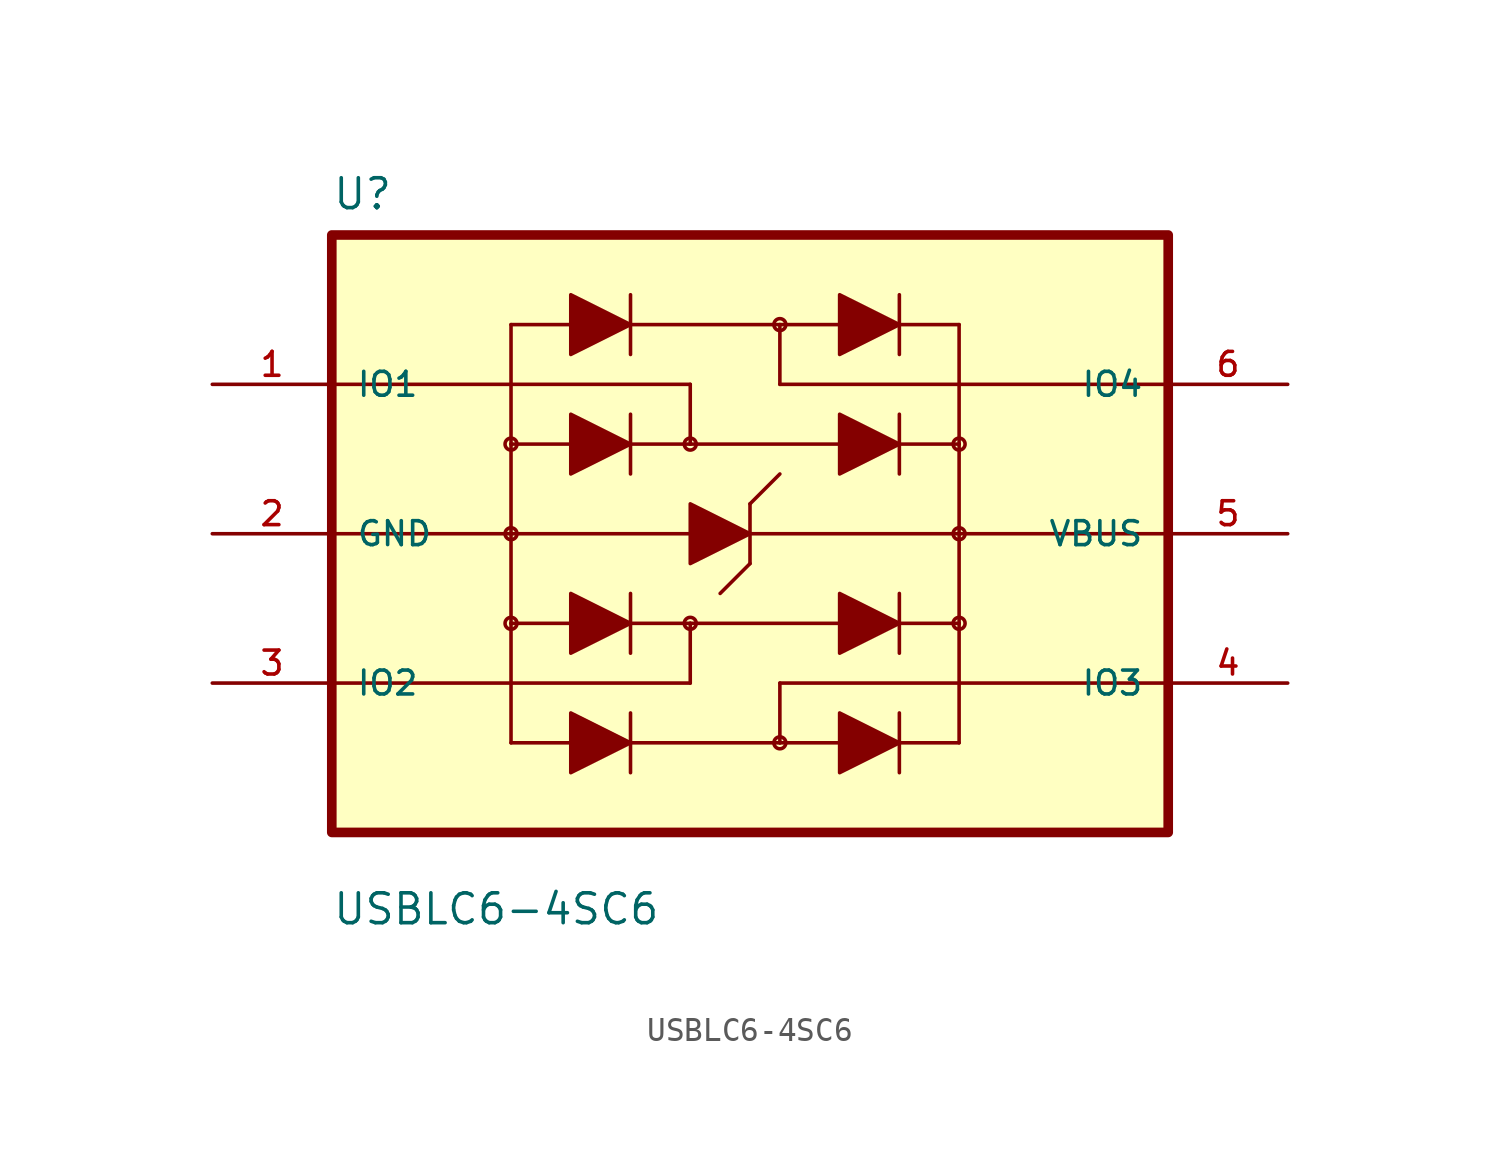
<source format=kicad_sym>
(kicad_symbol_lib
  (version 20211014)
  (generator kicad_symbol_editor)
  (symbol "USBLC6-4SC6"
    (pin_names
      (offset 1.016))
    (property "Reference" "U"
      (at -17.78 13.7 0.0)
      (effects (font (size 1.27 1.27)) (justify bottom left)))
    (property "Value" "USBLC6-4SC6"
      (at -17.78 -16.7 0.0)
      (effects (font (size 1.27 1.27)) (justify bottom left)))
    (symbol "USBLC6-4SC6_0_0"
      (polyline (pts (xy -7.62 10.16) (xy -7.62 7.62) (xy -5.08 8.89) (xy -7.62 10.16)) (stroke (width 0.152)) (fill (type outline)))
      (polyline (pts (xy -5.08 10.16) (xy -5.08 8.89)) (stroke (width 0.152)))
      (polyline (pts (xy 3.81 10.16) (xy 3.81 7.62) (xy 6.35 8.89) (xy 3.81 10.16)) (stroke (width 0.152)) (fill (type outline)))
      (polyline (pts (xy -5.08 8.89) (xy -5.08 7.62)) (stroke (width 0.152)))
      (polyline (pts (xy 6.35 10.16) (xy 6.35 8.89)) (stroke (width 0.152)))
      (polyline (pts (xy -7.62 5.08) (xy -7.62 2.54) (xy -5.08 3.81) (xy -7.62 5.08)) (stroke (width 0.152)) (fill (type outline)))
      (polyline (pts (xy 6.35 8.89) (xy 6.35 7.62)) (stroke (width 0.152)))
      (polyline (pts (xy -5.08 5.08) (xy -5.08 3.81)) (stroke (width 0.152)))
      (polyline (pts (xy 3.81 5.08) (xy 3.81 2.54) (xy 6.35 3.81) (xy 3.81 5.08)) (stroke (width 0.152)) (fill (type outline)))
      (polyline (pts (xy -5.08 3.81) (xy -5.08 2.54)) (stroke (width 0.152)))
      (polyline (pts (xy 6.35 5.08) (xy 6.35 3.81)) (stroke (width 0.152)))
      (polyline (pts (xy -7.62 -2.54) (xy -7.62 -5.08) (xy -5.08 -3.81) (xy -7.62 -2.54)) (stroke (width 0.152)) (fill (type outline)))
      (polyline (pts (xy 6.35 3.81) (xy 6.35 2.54)) (stroke (width 0.152)))
      (polyline (pts (xy -5.08 -2.54) (xy -5.08 -3.81)) (stroke (width 0.152)))
      (polyline (pts (xy 3.81 -2.54) (xy 3.81 -5.08) (xy 6.35 -3.81) (xy 3.81 -2.54)) (stroke (width 0.152)) (fill (type outline)))
      (polyline (pts (xy -5.08 -3.81) (xy -5.08 -5.08)) (stroke (width 0.152)))
      (polyline (pts (xy 6.35 -2.54) (xy 6.35 -3.81)) (stroke (width 0.152)))
      (polyline (pts (xy -7.62 -7.62) (xy -7.62 -10.16) (xy -5.08 -8.89) (xy -7.62 -7.62)) (stroke (width 0.152)) (fill (type outline)))
      (polyline (pts (xy 6.35 -3.81) (xy 6.35 -5.08)) (stroke (width 0.152)))
      (polyline (pts (xy -5.08 -7.62) (xy -5.08 -8.89)) (stroke (width 0.152)))
      (polyline (pts (xy 3.81 -7.62) (xy 3.81 -10.16) (xy 6.35 -8.89) (xy 3.81 -7.62)) (stroke (width 0.152)) (fill (type outline)))
      (polyline (pts (xy -5.08 -8.89) (xy -5.08 -10.16)) (stroke (width 0.152)))
      (polyline (pts (xy 6.35 -7.62) (xy 6.35 -8.89)) (stroke (width 0.152)))
      (polyline (pts (xy 6.35 -8.89) (xy 6.35 -10.16)) (stroke (width 0.152)))
      (polyline (pts (xy -7.62 8.89) (xy -10.16 8.89)) (stroke (width 0.152)))
      (polyline (pts (xy -10.16 8.89) (xy -10.16 3.81)) (stroke (width 0.152)))
      (polyline (pts (xy -10.16 3.81) (xy -10.16 -3.81)) (stroke (width 0.152)))
      (polyline (pts (xy -10.16 -3.81) (xy -10.16 -8.89)) (stroke (width 0.152)))
      (polyline (pts (xy -10.16 -8.89) (xy -7.62 -8.89)) (stroke (width 0.152)))
      (polyline (pts (xy -10.16 -3.81) (xy -7.62 -3.81)) (stroke (width 0.152)))
      (polyline (pts (xy -10.16 3.81) (xy -7.62 3.81)) (stroke (width 0.152)))
      (polyline (pts (xy -5.08 8.89) (xy 1.27 8.89)) (stroke (width 0.152)))
      (polyline (pts (xy 1.27 8.89) (xy 3.81 8.89)) (stroke (width 0.152)))
      (polyline (pts (xy -5.08 3.81) (xy -2.54 3.81)) (stroke (width 0.152)))
      (polyline (pts (xy -2.54 3.81) (xy 3.81 3.81)) (stroke (width 0.152)))
      (polyline (pts (xy -5.08 -3.81) (xy -2.54 -3.81)) (stroke (width 0.152)))
      (polyline (pts (xy -2.54 -3.81) (xy 3.81 -3.81)) (stroke (width 0.152)))
      (polyline (pts (xy -5.08 -8.89) (xy 1.27 -8.89)) (stroke (width 0.152)))
      (polyline (pts (xy 1.27 -8.89) (xy 3.81 -8.89)) (stroke (width 0.152)))
      (polyline (pts (xy 6.35 8.89) (xy 8.89 8.89)) (stroke (width 0.152)))
      (polyline (pts (xy 8.89 8.89) (xy 8.89 3.81)) (stroke (width 0.152)))
      (polyline (pts (xy 8.89 3.81) (xy 8.89 -3.81)) (stroke (width 0.152)))
      (polyline (pts (xy 8.89 -3.81) (xy 8.89 -8.89)) (stroke (width 0.152)))
      (polyline (pts (xy 8.89 -8.89) (xy 6.35 -8.89)) (stroke (width 0.152)))
      (polyline (pts (xy 6.35 -3.81) (xy 8.89 -3.81)) (stroke (width 0.152)))
      (polyline (pts (xy 6.35 3.81) (xy 8.89 3.81)) (stroke (width 0.152)))
      (polyline (pts (xy 1.27 8.89) (xy 1.27 6.35)) (stroke (width 0.152)))
      (polyline (pts (xy 1.27 6.35) (xy 17.78 6.35)) (stroke (width 0.152)))
      (polyline (pts (xy -2.54 3.81) (xy -2.54 6.35)) (stroke (width 0.152)))
      (polyline (pts (xy -2.54 6.35) (xy -17.78 6.35)) (stroke (width 0.152)))
      (polyline (pts (xy -2.54 -3.81) (xy -2.54 -6.35)) (stroke (width 0.152)))
      (polyline (pts (xy -2.54 -6.35) (xy -17.78 -6.35)) (stroke (width 0.152)))
      (polyline (pts (xy 1.27 -8.89) (xy 1.27 -6.35)) (stroke (width 0.152)))
      (polyline (pts (xy 1.27 -6.35) (xy 17.78 -6.35)) (stroke (width 0.152)))
      (polyline (pts (xy -2.54 1.27) (xy -2.54 -1.27) (xy 0.0 0.0) (xy -2.54 1.27)) (stroke (width 0.152)) (fill (type outline)))
      (polyline (pts (xy 0.0 1.27) (xy 0.0 0.0)) (stroke (width 0.152)))
      (polyline (pts (xy 0.0 0.0) (xy 0.0 -1.27)) (stroke (width 0.152)))
      (polyline (pts (xy -2.54 0.0) (xy -17.78 0.0)) (stroke (width 0.152)))
      (polyline (pts (xy 0.0 0.0) (xy 17.78 0.0)) (stroke (width 0.152)))
      (circle (center 8.89 -3.81) (radius 0.254) (stroke (width 0.152)) (fill (type none)))
      (circle (center -10.16 -3.81) (radius 0.254) (stroke (width 0.152)) (fill (type none)))
      (circle (center -10.16 3.81) (radius 0.254) (stroke (width 0.152)) (fill (type none)))
      (circle (center 8.89 3.81) (radius 0.254) (stroke (width 0.152)) (fill (type none)))
      (circle (center 1.27 -8.89) (radius 0.254) (stroke (width 0.152)) (fill (type none)))
      (circle (center -2.54 -3.81) (radius 0.254) (stroke (width 0.152)) (fill (type none)))
      (circle (center -2.54 3.81) (radius 0.254) (stroke (width 0.152)) (fill (type none)))
      (circle (center 1.27 8.89) (radius 0.254) (stroke (width 0.152)) (fill (type none)))
      (circle (center -10.16 0.0) (radius 0.254) (stroke (width 0.152)) (fill (type none)))
      (circle (center 8.89 0.0) (radius 0.254) (stroke (width 0.152)) (fill (type none)))
      (polyline (pts (xy 0.0 1.27) (xy 1.27 2.54)) (stroke (width 0.152)))
      (polyline (pts (xy 0.0 -1.27) (xy -1.27 -2.54)) (stroke (width 0.152)))
      (rectangle (start -17.78 -12.7) (end 17.78 12.7) (stroke (width 0.41)) (fill (type background)))
      (pin bidirectional line (at -22.86 6.35 0) (length 5.08) (name "IO1" (effects (font (size 1.016 1.016)))) (number "1" (effects (font (size 1.016 1.016)))))
      (pin bidirectional line (at -22.86 -6.35 0) (length 5.08) (name "IO2" (effects (font (size 1.016 1.016)))) (number "3" (effects (font (size 1.016 1.016)))))
      (pin bidirectional line (at 22.86 -6.35 180.0) (length 5.08) (name "IO3" (effects (font (size 1.016 1.016)))) (number "4" (effects (font (size 1.016 1.016)))))
      (pin bidirectional line (at 22.86 6.35 180.0) (length 5.08) (name "IO4" (effects (font (size 1.016 1.016)))) (number "6" (effects (font (size 1.016 1.016)))))
      (pin power_in line (at 22.86 0.0 180.0) (length 5.08) (name "VBUS" (effects (font (size 1.016 1.016)))) (number "5" (effects (font (size 1.016 1.016)))))
      (pin power_in line (at -22.86 0.0 0) (length 5.08) (name "GND" (effects (font (size 1.016 1.016)))) (number "2" (effects (font (size 1.016 1.016))))))))
</source>
